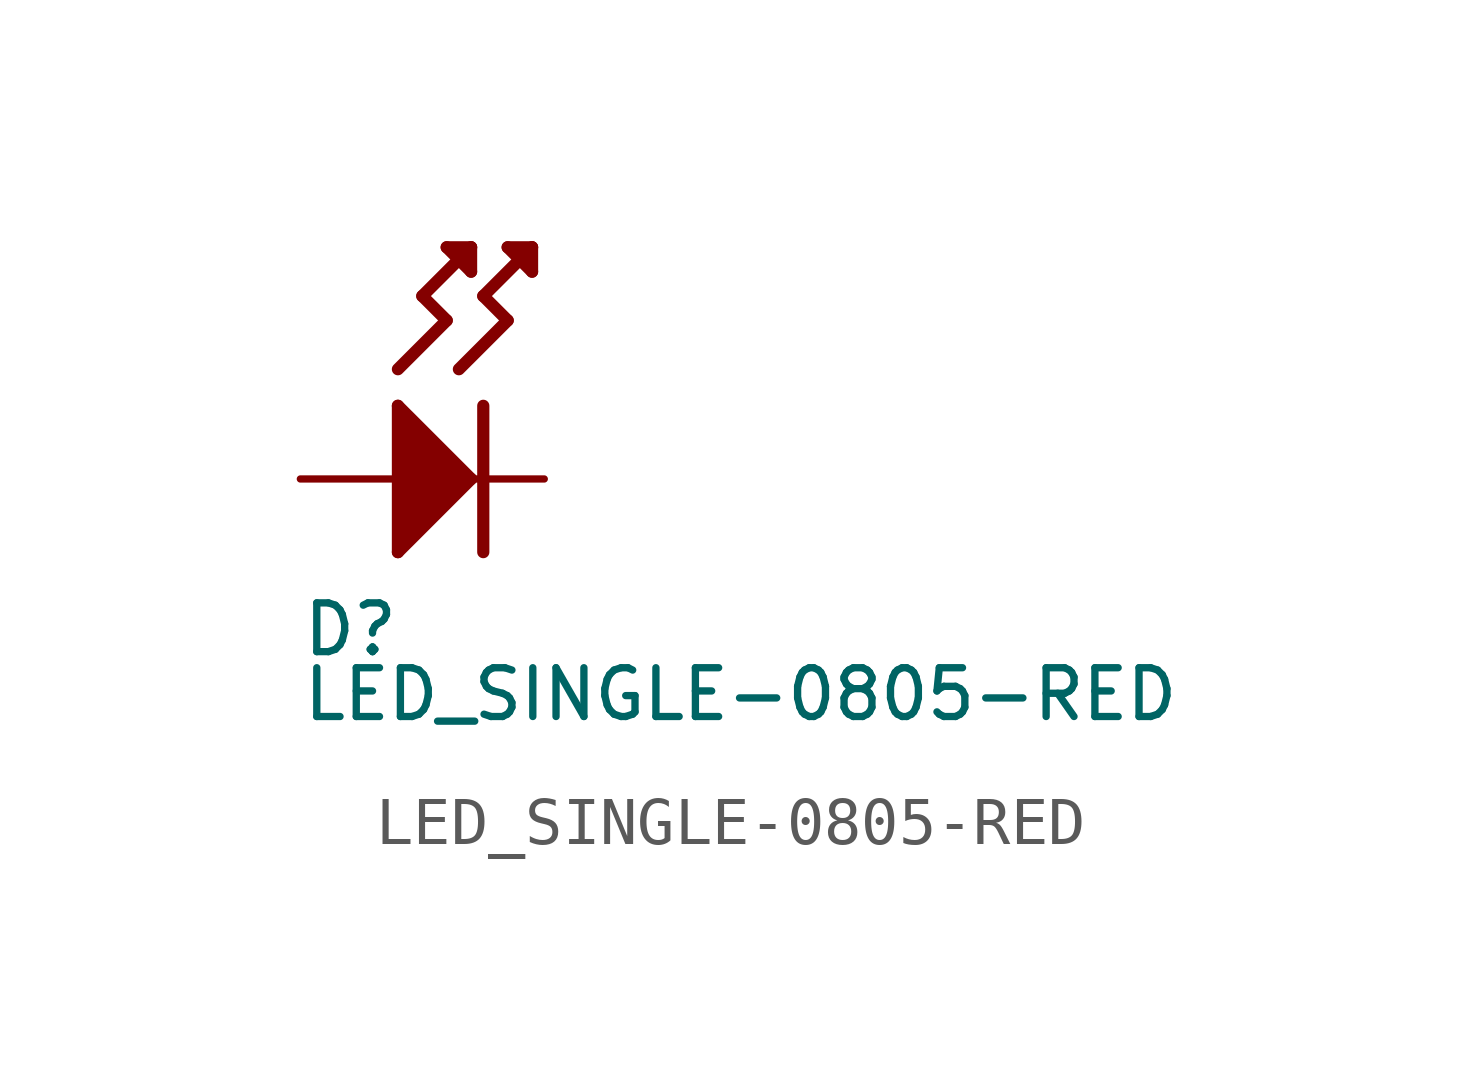
<source format=kicad_sym>
(kicad_symbol_lib
  (version 20211014)
  (generator kicad_symbol_editor)
  (symbol "LED_SINGLE-0805-RED"
    (property "Reference" "D"
      (at -2.54 -2.54 0)
      (effects (font (size 1.016 1.016)) (justify left top)))
    (property "Value" "LED_SINGLE-0805-RED"
      (at -2.54 -5.08 0)
      (effects (font (size 1.016 1.016)) (justify left bottom)))
    (property "ki_locked" ""
      (at 0 0 0)
      (effects (font (size 1.27 1.27))))
    (symbol "LED_SINGLE-0805-RED_1_0"
      (polyline (pts (xy -0.508 -1.524) (xy -0.508 1.524)) (stroke (width 0.254) (type default) (color 0 0 0 0)) (fill (type none)))
      (polyline (pts (xy -0.508 1.524) (xy 1.016 0)) (stroke (width 0.254) (type default) (color 0 0 0 0)) (fill (type none)))
      (polyline (pts (xy -0.508 2.286) (xy 0.508 3.302)) (stroke (width 0.254) (type default) (color 0 0 0 0)) (fill (type none)))
      (polyline (pts (xy 0 3.81) (xy 1.016 4.826)) (stroke (width 0.254) (type default) (color 0 0 0 0)) (fill (type none)))
      (polyline (pts (xy 0.508 3.302) (xy 0 3.81)) (stroke (width 0.254) (type default) (color 0 0 0 0)) (fill (type none)))
      (polyline (pts (xy 0.508 4.826) (xy 1.016 4.318)) (stroke (width 0.254) (type default) (color 0 0 0 0)) (fill (type none)))
      (polyline (pts (xy 0.762 2.286) (xy 1.778 3.302)) (stroke (width 0.254) (type default) (color 0 0 0 0)) (fill (type none)))
      (polyline (pts (xy 1.016 0) (xy -0.508 -1.524)) (stroke (width 0.254) (type default) (color 0 0 0 0)) (fill (type none)))
      (polyline (pts (xy 1.016 4.318) (xy 1.016 4.826)) (stroke (width 0.254) (type default) (color 0 0 0 0)) (fill (type none)))
      (polyline (pts (xy 1.016 4.826) (xy 0.508 4.826)) (stroke (width 0.254) (type default) (color 0 0 0 0)) (fill (type none)))
      (polyline (pts (xy 1.27 1.524) (xy 1.27 -1.524)) (stroke (width 0.254) (type default) (color 0 0 0 0)) (fill (type none)))
      (polyline (pts (xy 1.27 3.81) (xy 2.286 4.826)) (stroke (width 0.254) (type default) (color 0 0 0 0)) (fill (type none)))
      (polyline (pts (xy 1.778 3.302) (xy 1.27 3.81)) (stroke (width 0.254) (type default) (color 0 0 0 0)) (fill (type none)))
      (polyline (pts (xy 1.778 4.826) (xy 2.286 4.318)) (stroke (width 0.254) (type default) (color 0 0 0 0)) (fill (type none)))
      (polyline (pts (xy 2.286 4.318) (xy 2.286 4.826)) (stroke (width 0.254) (type default) (color 0 0 0 0)) (fill (type none)))
      (polyline (pts (xy 2.286 4.826) (xy 1.778 4.826)) (stroke (width 0.254) (type default) (color 0 0 0 0)) (fill (type none)))
      (polyline (pts (xy -0.508 -1.524) (xy -0.508 1.524) (xy 1.016 0)) (stroke (width 0) (type default) (color 0 0 0 0)) (fill (type outline)))
      (pin power_in line (at -2.54 0 0) (length 2.54) (name "ANODE" (effects (font (size 0 0)))) (number "ANODE" (effects (font (size 0 0)))))
      (pin power_in line (at 2.54 0 180) (length 2.54) (name "CATHODE" (effects (font (size 0 0)))) (number "CATHODE" (effects (font (size 0 0))))))))
</source>
